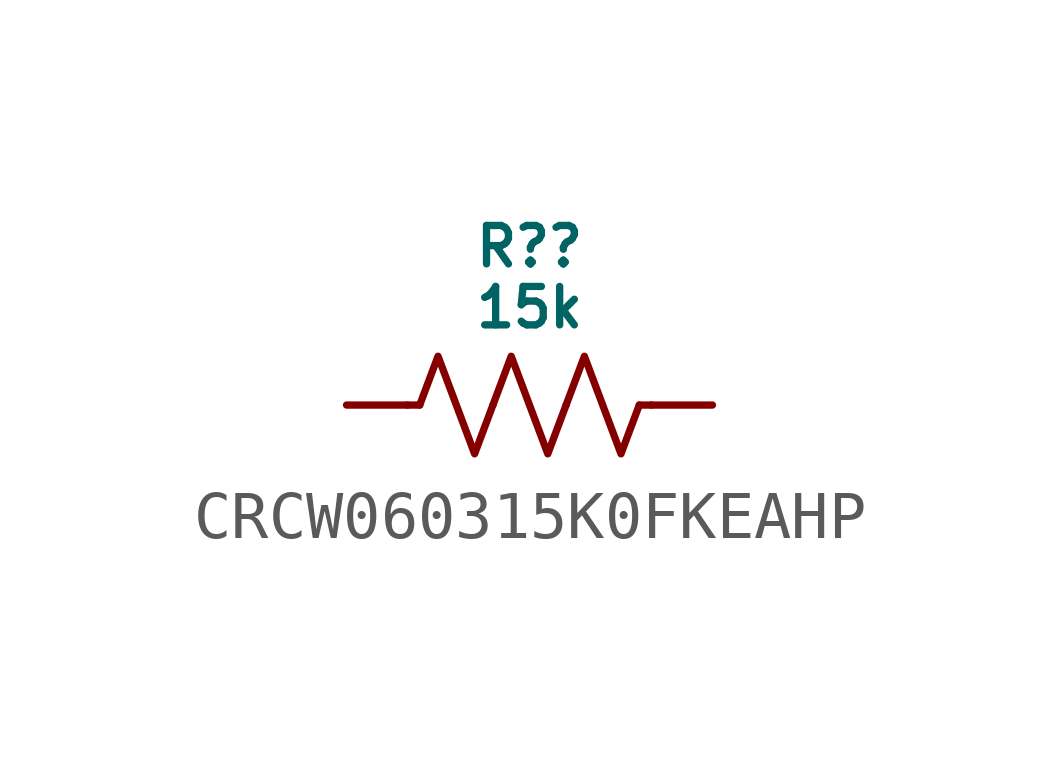
<source format=kicad_sym>
(kicad_symbol_lib
  (version 20231120)
  (generator "kicad_symbol_editor")
  (generator_version "8.0")
  (symbol "CRCW060315K0FKEAHP"
    (pin_numbers hide)
    (pin_names hide)
    (property "Reference" "R?"
      (at 0 3.302 0)
      (do_not_autoplace)
      (effects (font (size 0.8 0.8))))
    (property "Value" "15k"
      (at 0 2.032 0)
      (do_not_autoplace)
      (effects (font (size 0.8 0.8))))
    (symbol "CRCW060315K0FKEAHP_0_1"
      (polyline (pts (xy -2.286 0) (xy -2.54 0)) (stroke (width 0) (type default)) (fill (type none)))
      (polyline (pts (xy 2.286 0) (xy 2.54 0)) (stroke (width 0) (type default)) (fill (type none)))
      (polyline (pts (xy -2.286 0) (xy -1.905 1.016) (xy -1.524 0) (xy -1.143 -1.016) (xy -0.762 0)) (stroke (width 0) (type default)) (fill (type none)))
      (polyline (pts (xy -0.762 0) (xy -0.381 1.016) (xy 0 0) (xy 0.381 -1.016) (xy 0.762 0)) (stroke (width 0) (type default)) (fill (type none)))
      (polyline (pts (xy 0.762 0) (xy 1.143 1.016) (xy 1.524 0) (xy 1.905 -1.016) (xy 2.286 0)) (stroke (width 0) (type default)) (fill (type none))))
    (symbol "CRCW060315K0FKEAHP_1_0"
      (pin passive line (at -3.81 0 0) (length 1.27) (name "" (effects (font (size 0.8 0.8)))) (number "1" (effects (font (size 0.8 0.8)))))
      (pin passive line (at 3.81 0 180) (length 1.27) (name "" (effects (font (size 0.8 0.8)))) (number "2" (effects (font (size 0.8 0.8))))))))
</source>
